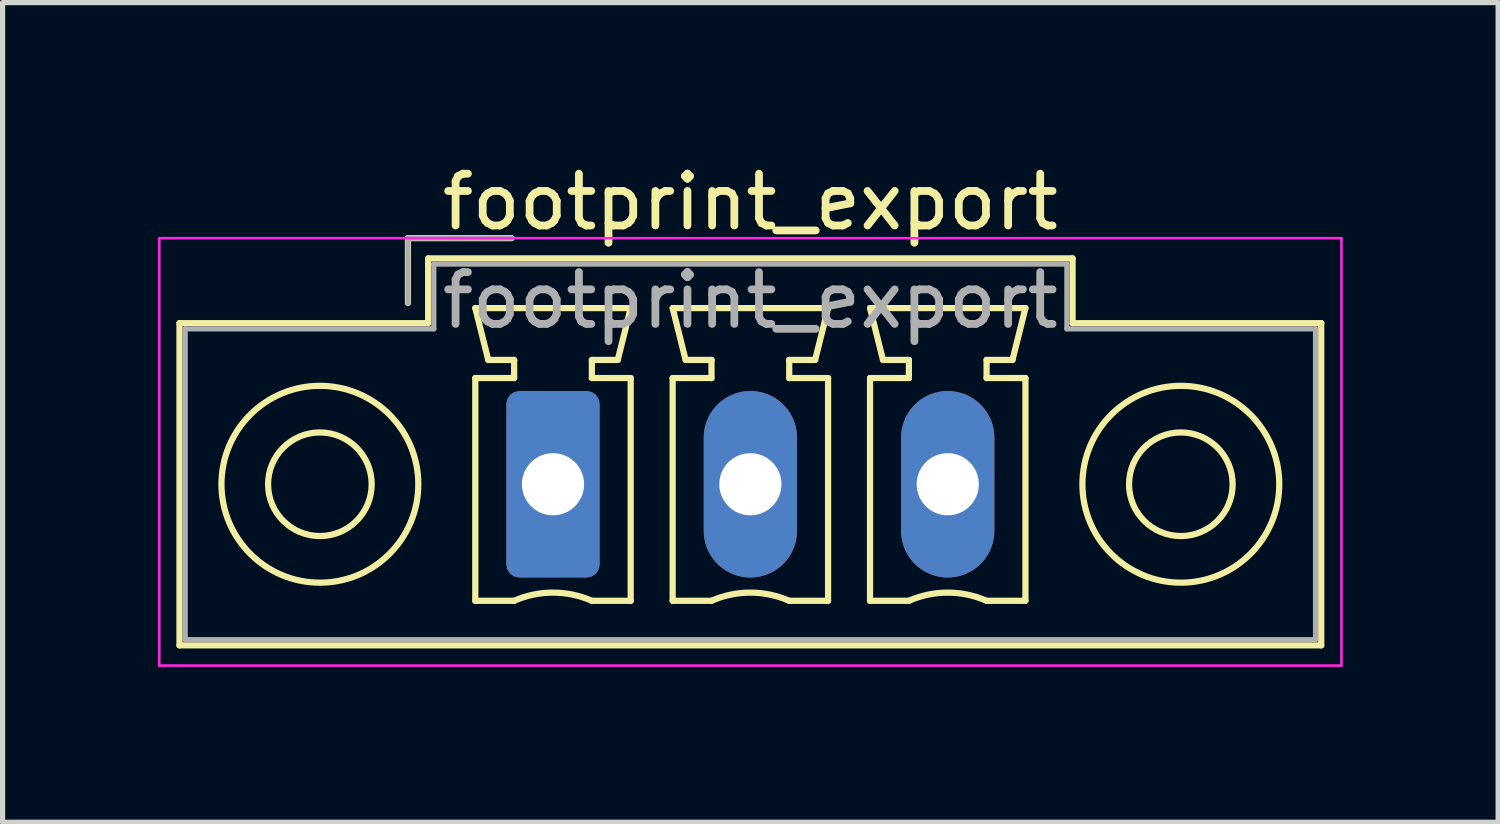
<source format=kicad_pcb>
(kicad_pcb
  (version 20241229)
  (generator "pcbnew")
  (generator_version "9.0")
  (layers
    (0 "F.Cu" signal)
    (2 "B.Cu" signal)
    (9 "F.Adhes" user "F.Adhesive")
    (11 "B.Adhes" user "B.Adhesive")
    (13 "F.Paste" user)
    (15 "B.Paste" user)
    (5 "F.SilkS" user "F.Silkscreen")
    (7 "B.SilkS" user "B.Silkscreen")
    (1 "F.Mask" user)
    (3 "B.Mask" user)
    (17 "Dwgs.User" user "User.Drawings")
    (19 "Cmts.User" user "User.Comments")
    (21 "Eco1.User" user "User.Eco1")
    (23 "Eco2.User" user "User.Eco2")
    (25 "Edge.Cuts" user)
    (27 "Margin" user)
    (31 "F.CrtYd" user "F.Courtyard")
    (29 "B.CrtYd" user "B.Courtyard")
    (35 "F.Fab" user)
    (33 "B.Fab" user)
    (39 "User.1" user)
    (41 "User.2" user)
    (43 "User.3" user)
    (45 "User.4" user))
  (footprint "footprint_export"
    (layer "F.Cu")
    (at 7.625 6.298)
    (property "Reference" "footprint_export" (at 3.81 -5.45 0) (layer "F.SilkS") (effects (font (size 1 1) (thickness 0.15))))
    (attr through_hole)
    (fp_line (start -7.21 -3.11) (end -7.21 3.11) (stroke (width 0.12) (type solid)) (layer "F.SilkS"))
    (fp_line (start -7.21 3.11) (end 14.83 3.11) (stroke (width 0.12) (type solid)) (layer "F.SilkS"))
    (fp_line (start -2.8 -4.75) (end -0.8 -4.75) (stroke (width 0.12) (type solid)) (layer "F.SilkS"))
    (fp_line (start -2.8 -3.5) (end -2.8 -4.75) (stroke (width 0.12) (type solid)) (layer "F.SilkS"))
    (fp_line (start -2.41 -4.36) (end -2.41 -3.11) (stroke (width 0.12) (type solid)) (layer "F.SilkS"))
    (fp_line (start -2.41 -3.11) (end -7.21 -3.11) (stroke (width 0.12) (type solid)) (layer "F.SilkS"))
    (fp_line (start -1.5 -3.4) (end 1.5 -3.4) (stroke (width 0.12) (type solid)) (layer "F.SilkS"))
    (fp_line (start -1.5 -2.05) (end -0.75 -2.05) (stroke (width 0.12) (type solid)) (layer "F.SilkS"))
    (fp_line (start -1.5 2.25) (end -1.5 -2.05) (stroke (width 0.12) (type solid)) (layer "F.SilkS"))
    (fp_line (start -1.25 -2.4) (end -1.5 -3.4) (stroke (width 0.12) (type solid)) (layer "F.SilkS"))
    (fp_line (start -0.75 -2.4) (end -1.25 -2.4) (stroke (width 0.12) (type solid)) (layer "F.SilkS"))
    (fp_line (start -0.75 -2.05) (end -0.75 -2.4) (stroke (width 0.12) (type solid)) (layer "F.SilkS"))
    (fp_line (start -0.75 2.25) (end -1.5 2.25) (stroke (width 0.12) (type solid)) (layer "F.SilkS"))
    (fp_line (start 0.75 -2.4) (end 0.75 -2.05) (stroke (width 0.12) (type solid)) (layer "F.SilkS"))
    (fp_line (start 0.75 -2.05) (end 1.5 -2.05) (stroke (width 0.12) (type solid)) (layer "F.SilkS"))
    (fp_line (start 1.25 -2.4) (end 0.75 -2.4) (stroke (width 0.12) (type solid)) (layer "F.SilkS"))
    (fp_line (start 1.5 -3.4) (end 1.25 -2.4) (stroke (width 0.12) (type solid)) (layer "F.SilkS"))
    (fp_line (start 1.5 -2.05) (end 1.5 2.25) (stroke (width 0.12) (type solid)) (layer "F.SilkS"))
    (fp_line (start 1.5 2.25) (end 0.75 2.25) (stroke (width 0.12) (type solid)) (layer "F.SilkS"))
    (fp_line (start 2.31 -3.4) (end 5.31 -3.4) (stroke (width 0.12) (type solid)) (layer "F.SilkS"))
    (fp_line (start 2.31 -2.05) (end 3.06 -2.05) (stroke (width 0.12) (type solid)) (layer "F.SilkS"))
    (fp_line (start 2.31 2.25) (end 2.31 -2.05) (stroke (width 0.12) (type solid)) (layer "F.SilkS"))
    (fp_line (start 2.56 -2.4) (end 2.31 -3.4) (stroke (width 0.12) (type solid)) (layer "F.SilkS"))
    (fp_line (start 3.06 -2.4) (end 2.56 -2.4) (stroke (width 0.12) (type solid)) (layer "F.SilkS"))
    (fp_line (start 3.06 -2.05) (end 3.06 -2.4) (stroke (width 0.12) (type solid)) (layer "F.SilkS"))
    (fp_line (start 3.06 2.25) (end 2.31 2.25) (stroke (width 0.12) (type solid)) (layer "F.SilkS"))
    (fp_line (start 4.56 -2.4) (end 4.56 -2.05) (stroke (width 0.12) (type solid)) (layer "F.SilkS"))
    (fp_line (start 4.56 -2.05) (end 5.31 -2.05) (stroke (width 0.12) (type solid)) (layer "F.SilkS"))
    (fp_line (start 5.06 -2.4) (end 4.56 -2.4) (stroke (width 0.12) (type solid)) (layer "F.SilkS"))
    (fp_line (start 5.31 -3.4) (end 5.06 -2.4) (stroke (width 0.12) (type solid)) (layer "F.SilkS"))
    (fp_line (start 5.31 -2.05) (end 5.31 2.25) (stroke (width 0.12) (type solid)) (layer "F.SilkS"))
    (fp_line (start 5.31 2.25) (end 4.56 2.25) (stroke (width 0.12) (type solid)) (layer "F.SilkS"))
    (fp_line (start 6.12 -3.4) (end 9.12 -3.4) (stroke (width 0.12) (type solid)) (layer "F.SilkS"))
    (fp_line (start 6.12 -2.05) (end 6.87 -2.05) (stroke (width 0.12) (type solid)) (layer "F.SilkS"))
    (fp_line (start 6.12 2.25) (end 6.12 -2.05) (stroke (width 0.12) (type solid)) (layer "F.SilkS"))
    (fp_line (start 6.37 -2.4) (end 6.12 -3.4) (stroke (width 0.12) (type solid)) (layer "F.SilkS"))
    (fp_line (start 6.87 -2.4) (end 6.37 -2.4) (stroke (width 0.12) (type solid)) (layer "F.SilkS"))
    (fp_line (start 6.87 -2.05) (end 6.87 -2.4) (stroke (width 0.12) (type solid)) (layer "F.SilkS"))
    (fp_line (start 6.87 2.25) (end 6.12 2.25) (stroke (width 0.12) (type solid)) (layer "F.SilkS"))
    (fp_line (start 8.37 -2.4) (end 8.37 -2.05) (stroke (width 0.12) (type solid)) (layer "F.SilkS"))
    (fp_line (start 8.37 -2.05) (end 9.12 -2.05) (stroke (width 0.12) (type solid)) (layer "F.SilkS"))
    (fp_line (start 8.87 -2.4) (end 8.37 -2.4) (stroke (width 0.12) (type solid)) (layer "F.SilkS"))
    (fp_line (start 9.12 -3.4) (end 8.87 -2.4) (stroke (width 0.12) (type solid)) (layer "F.SilkS"))
    (fp_line (start 9.12 -2.05) (end 9.12 2.25) (stroke (width 0.12) (type solid)) (layer "F.SilkS"))
    (fp_line (start 9.12 2.25) (end 8.37 2.25) (stroke (width 0.12) (type solid)) (layer "F.SilkS"))
    (fp_line (start 10.03 -4.36) (end -2.41 -4.36) (stroke (width 0.12) (type solid)) (layer "F.SilkS"))
    (fp_line (start 10.03 -3.11) (end 10.03 -4.36) (stroke (width 0.12) (type solid)) (layer "F.SilkS"))
    (fp_line (start 14.83 -3.11) (end 10.03 -3.11) (stroke (width 0.12) (type solid)) (layer "F.SilkS"))
    (fp_line (start 14.83 3.11) (end 14.83 -3.11) (stroke (width 0.12) (type solid)) (layer "F.SilkS"))
    (fp_arc (start -0.75 2.25) (mid -0.000193 2.09191) (end 0.749647 2.249844) (stroke (width 0.12) (type solid)) (layer "F.SilkS"))
    (fp_arc (start 3.06 2.25) (mid 3.809807 2.09191) (end 4.559647 2.249844) (stroke (width 0.12) (type solid)) (layer "F.SilkS"))
    (fp_arc (start 6.87 2.25) (mid 7.619807 2.09191) (end 8.369647 2.249844) (stroke (width 0.12) (type solid)) (layer "F.SilkS"))
    (fp_circle (center -4.5 0) (end -3.5 0) (stroke (width 0.12) (type solid)) (fill no) (layer "F.SilkS"))
    (fp_circle (center -4.5 0) (end -2.6 0) (stroke (width 0.12) (type solid)) (fill no) (layer "F.SilkS"))
    (fp_circle (center 12.12 0) (end 13.12 0) (stroke (width 0.12) (type solid)) (fill no) (layer "F.SilkS"))
    (fp_circle (center 12.12 0) (end 14.02 0) (stroke (width 0.12) (type solid)) (fill no) (layer "F.SilkS"))
    (fp_line (start -7.6 -4.75) (end -7.6 3.5) (stroke (width 0.05) (type solid)) (layer "F.CrtYd"))
    (fp_line (start -7.6 3.5) (end 15.22 3.5) (stroke (width 0.05) (type solid)) (layer "F.CrtYd"))
    (fp_line (start 15.22 -4.75) (end -7.6 -4.75) (stroke (width 0.05) (type solid)) (layer "F.CrtYd"))
    (fp_line (start 15.22 3.5) (end 15.22 -4.75) (stroke (width 0.05) (type solid)) (layer "F.CrtYd"))
    (fp_line (start -7.1 -3) (end -7.1 3) (stroke (width 0.1) (type solid)) (layer "F.Fab"))
    (fp_line (start -7.1 3) (end 14.72 3) (stroke (width 0.1) (type solid)) (layer "F.Fab"))
    (fp_line (start -2.8 -4.75) (end -0.8 -4.75) (stroke (width 0.1) (type solid)) (layer "F.Fab"))
    (fp_line (start -2.8 -3.5) (end -2.8 -4.75) (stroke (width 0.1) (type solid)) (layer "F.Fab"))
    (fp_line (start -2.3 -4.25) (end -2.3 -3) (stroke (width 0.1) (type solid)) (layer "F.Fab"))
    (fp_line (start -2.3 -3) (end -7.1 -3) (stroke (width 0.1) (type solid)) (layer "F.Fab"))
    (fp_line (start 9.92 -4.25) (end -2.3 -4.25) (stroke (width 0.1) (type solid)) (layer "F.Fab"))
    (fp_line (start 9.92 -3) (end 9.92 -4.25) (stroke (width 0.1) (type solid)) (layer "F.Fab"))
    (fp_line (start 14.72 -3) (end 9.92 -3) (stroke (width 0.1) (type solid)) (layer "F.Fab"))
    (fp_line (start 14.72 3) (end 14.72 -3) (stroke (width 0.1) (type solid)) (layer "F.Fab"))
    (fp_text user "${REFERENCE}" (at 3.81 -3.55 0) (layer "F.Fab") (effects (font (size 1 1) (thickness 0.15))))
    (pad "1" thru_hole roundrect (at 0 0) (size 1.8 3.6) (drill 1.2) (layers "*.Cu" "*.Mask") (roundrect_rratio 0.139))
    (pad "2" thru_hole oval (at 3.81 0) (size 1.8 3.6) (drill 1.2) (layers "*.Cu" "*.Mask"))
    (pad "3" thru_hole oval (at 7.62 0) (size 1.8 3.6) (drill 1.2) (layers "*.Cu" "*.Mask")))
  (gr_rect
    (start -3 -3)
    (end 25.87 12.823)
    (stroke (width 0.1) (type default))
    (fill no)
    (layer "Edge.Cuts")))
</source>
